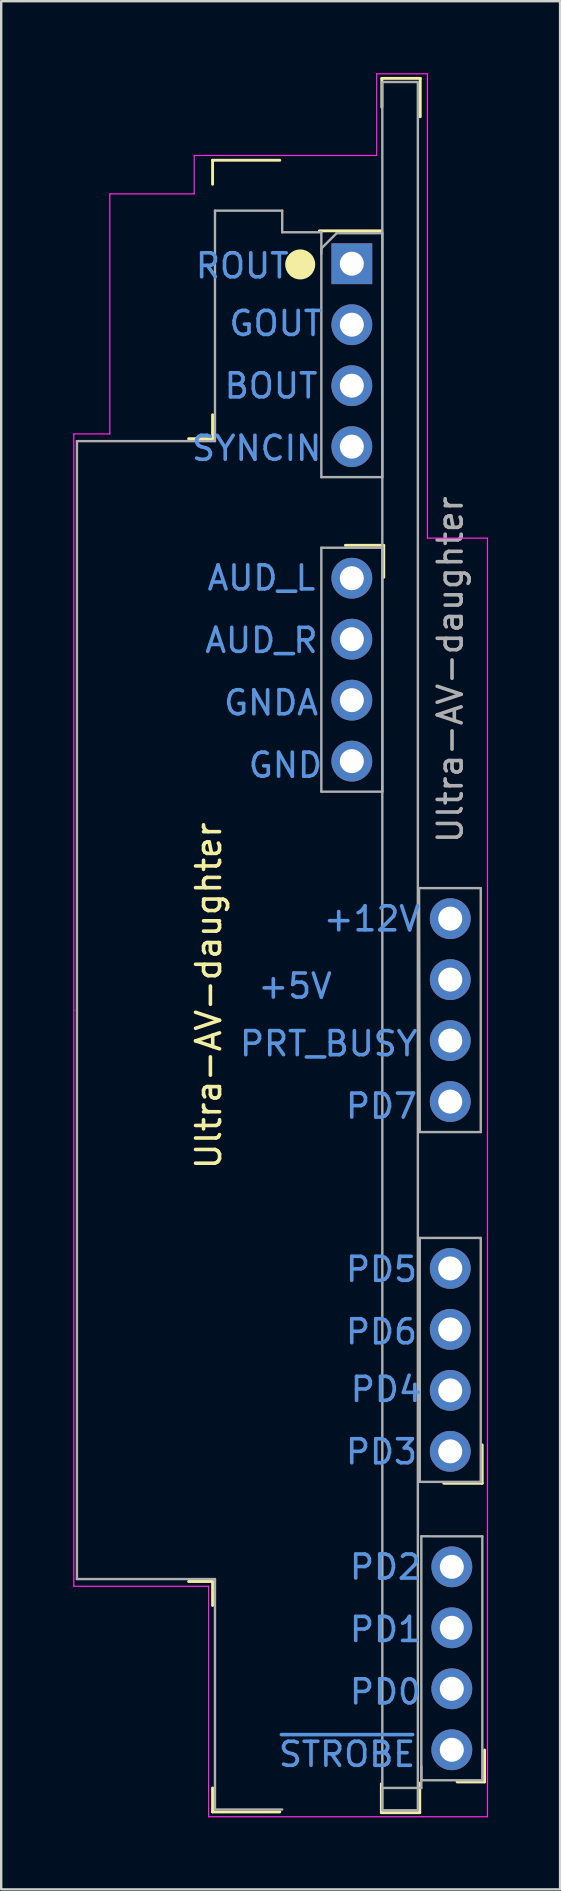
<source format=kicad_pcb>
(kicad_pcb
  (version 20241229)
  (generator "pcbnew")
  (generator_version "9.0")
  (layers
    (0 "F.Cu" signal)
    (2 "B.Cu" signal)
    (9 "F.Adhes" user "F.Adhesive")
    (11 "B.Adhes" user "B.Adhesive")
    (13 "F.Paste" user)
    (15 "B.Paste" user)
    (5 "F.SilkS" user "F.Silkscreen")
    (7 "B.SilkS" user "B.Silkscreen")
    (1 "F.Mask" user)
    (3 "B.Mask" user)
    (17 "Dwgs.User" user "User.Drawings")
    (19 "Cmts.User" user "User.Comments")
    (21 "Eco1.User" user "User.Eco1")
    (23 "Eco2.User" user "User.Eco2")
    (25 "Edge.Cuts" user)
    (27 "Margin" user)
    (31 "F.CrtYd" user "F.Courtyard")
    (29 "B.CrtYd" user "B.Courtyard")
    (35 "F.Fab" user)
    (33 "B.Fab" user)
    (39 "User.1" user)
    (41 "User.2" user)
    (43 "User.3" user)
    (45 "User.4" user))
  (footprint "Ultra-AV-daughter"
    (layer "F.Cu")
    (at 8.64 39.025)
    (property "Reference" "Ultra-AV-daughter" (at -3 -0.6 270) (layer "F.SilkS") (effects (font (size 1 1) (thickness 0.15))))
    (attr through_hole exclude_from_bom)
    (fp_line (start -3.835 -23.8) (end -2.835 -23.8) (stroke (width 0.12) (type solid)) (layer "F.SilkS"))
    (fp_line (start -3.835 23.8) (end -2.835 23.8) (stroke (width 0.12) (type solid)) (layer "F.SilkS"))
    (fp_line (start -2.835 -35.4) (end -2.835 -34.4) (stroke (width 0.12) (type solid)) (layer "F.SilkS"))
    (fp_line (start -2.835 -35.4) (end -0.035 -35.4) (stroke (width 0.12) (type solid)) (layer "F.SilkS"))
    (fp_line (start -2.835 -24.8) (end -2.835 -23.8) (stroke (width 0.12) (type solid)) (layer "F.SilkS"))
    (fp_line (start -2.835 24.8) (end -2.835 23.8) (stroke (width 0.12) (type solid)) (layer "F.SilkS"))
    (fp_line (start -2.835 33.4) (end -2.835 32.4) (stroke (width 0.12) (type solid)) (layer "F.SilkS"))
    (fp_line (start -2.835 33.4) (end -0.035 33.4) (stroke (width 0.12) (type solid)) (layer "F.SilkS"))
    (fp_line (start 2.695 -19.36) (end 4.295 -19.36) (stroke (width 0.12) (type solid)) (layer "F.SilkS"))
    (fp_line (start 4.195 32.23) (end 4.195 33.43) (stroke (width 0.12) (type solid)) (layer "F.SilkS"))
    (fp_line (start 4.195 33.43) (end 5.795 33.43) (stroke (width 0.12) (type solid)) (layer "F.SilkS"))
    (fp_line (start 4.215 -38.81) (end 5.815 -38.81) (stroke (width 0.12) (type solid)) (layer "F.SilkS"))
    (fp_line (start 4.215 -37.61) (end 4.215 -38.81) (stroke (width 0.12) (type solid)) (layer "F.SilkS"))
    (fp_line (start 4.215 -32.46) (end 1.615 -32.46) (stroke (width 0.12) (type solid)) (layer "F.SilkS"))
    (fp_line (start 4.295 -19.36) (end 4.295 -18.03) (stroke (width 0.12) (type solid)) (layer "F.SilkS"))
    (fp_line (start 5.795 32.2) (end 5.795 33.43) (stroke (width 0.12) (type solid)) (layer "F.SilkS"))
    (fp_line (start 5.815 -37.21) (end 5.815 -38.81) (stroke (width 0.12) (type solid)) (layer "F.SilkS"))
    (fp_line (start 6.795 19.71) (end 8.395 19.71) (stroke (width 0.12) (type solid)) (layer "F.SilkS"))
    (fp_line (start 7.35 32.15) (end 8.495 32.15) (stroke (width 0.12) (type solid)) (layer "F.SilkS"))
    (fp_line (start 8.395 18.11) (end 8.395 19.71) (stroke (width 0.12) (type solid)) (layer "F.SilkS"))
    (fp_line (start 8.495 32.15) (end 8.495 30.82) (stroke (width 0.12) (type solid)) (layer "F.SilkS"))
    (fp_circle (center 0.815 -31.06) (end 1.315 -31.06) (stroke (width 0.25) (type solid)) (fill yes) (layer "F.SilkS"))
    (fp_line (start -8.615 -24) (end -8.615 0) (stroke (width 0.05) (type solid)) (layer "F.CrtYd"))
    (fp_line (start -8.615 -24) (end -7.115 -24) (stroke (width 0.05) (type solid)) (layer "F.CrtYd"))
    (fp_line (start -8.615 24) (end -8.615 0) (stroke (width 0.05) (type solid)) (layer "F.CrtYd"))
    (fp_line (start -8.615 24) (end -3 24) (stroke (width 0.05) (type solid)) (layer "F.CrtYd"))
    (fp_line (start -7.115 -34) (end -7.115 -24) (stroke (width 0.05) (type solid)) (layer "F.CrtYd"))
    (fp_line (start -3.6 -35.6) (end -3.6 -34) (stroke (width 0.05) (type solid)) (layer "F.CrtYd"))
    (fp_line (start -3.6 -34) (end -7.115 -34) (stroke (width 0.05) (type solid)) (layer "F.CrtYd"))
    (fp_line (start -3 33.6) (end -3 24) (stroke (width 0.05) (type solid)) (layer "F.CrtYd"))
    (fp_line (start 4 -39) (end 4 -35.6) (stroke (width 0.05) (type solid)) (layer "F.CrtYd"))
    (fp_line (start 4 -35.6) (end -3.6 -35.6) (stroke (width 0.05) (type solid)) (layer "F.CrtYd"))
    (fp_line (start 5.915 33.6) (end -3 33.6) (stroke (width 0.05) (type solid)) (layer "F.CrtYd"))
    (fp_line (start 5.915 33.6) (end 8.615 33.6) (stroke (width 0.05) (type solid)) (layer "F.CrtYd"))
    (fp_line (start 6.115 -39) (end 4 -39) (stroke (width 0.05) (type solid)) (layer "F.CrtYd"))
    (fp_line (start 6.115 -39) (end 6.115 -34) (stroke (width 0.05) (type solid)) (layer "F.CrtYd"))
    (fp_line (start 6.115 -34) (end 6.115 -19.66) (stroke (width 0.05) (type solid)) (layer "F.CrtYd"))
    (fp_line (start 6.115 -19.66) (end 8.615 -19.66) (stroke (width 0.05) (type solid)) (layer "F.CrtYd"))
    (fp_line (start 8.615 20) (end 8.615 -19.66) (stroke (width 0.05) (type solid)) (layer "F.CrtYd"))
    (fp_line (start 8.615 33.6) (end 8.615 20) (stroke (width 0.05) (type solid)) (layer "F.CrtYd"))
    (fp_line (start -8.485 -23.7) (end -8.485 0) (stroke (width 0.1) (type solid)) (layer "F.Fab"))
    (fp_line (start -8.485 -23.7) (end -2.735 -23.7) (stroke (width 0.1) (type solid)) (layer "F.Fab"))
    (fp_line (start -8.485 23.7) (end -8.485 0) (stroke (width 0.1) (type solid)) (layer "F.Fab"))
    (fp_line (start -8.485 23.7) (end -2.735 23.7) (stroke (width 0.1) (type solid)) (layer "F.Fab"))
    (fp_line (start -2.735 -33.3) (end -2.735 -23.7) (stroke (width 0.1) (type solid)) (layer "F.Fab"))
    (fp_line (start -2.735 -33.3) (end 0.065 -33.3) (stroke (width 0.1) (type solid)) (layer "F.Fab"))
    (fp_line (start -2.735 33.3) (end -2.735 23.7) (stroke (width 0.1) (type solid)) (layer "F.Fab"))
    (fp_line (start -2.735 33.3) (end 0.065 33.3) (stroke (width 0.1) (type solid)) (layer "F.Fab"))
    (fp_line (start 0.065 -33.3) (end 0.065 -32.4) (stroke (width 0.1) (type solid)) (layer "F.Fab"))
    (fp_line (start 1.695 -32.4) (end 0.065 -32.4) (stroke (width 0.1) (type solid)) (layer "F.Fab"))
    (fp_line (start 1.695 -31.725) (end 2.33 -32.36) (stroke (width 0.1) (type solid)) (layer "F.Fab"))
    (fp_line (start 1.695 -31.5) (end 1.695 -32.4) (stroke (width 0.1) (type solid)) (layer "F.Fab"))
    (fp_line (start 1.695 -22.2) (end 1.695 -31.725) (stroke (width 0.1) (type solid)) (layer "F.Fab"))
    (fp_line (start 1.695 -19.26) (end 4.235 -19.26) (stroke (width 0.1) (type solid)) (layer "F.Fab"))
    (fp_line (start 1.695 -9.1) (end 1.695 -19.26) (stroke (width 0.1) (type solid)) (layer "F.Fab"))
    (fp_line (start 2.33 -32.36) (end 4.235 -32.36) (stroke (width 0.1) (type solid)) (layer "F.Fab"))
    (fp_line (start 4.23 33.3) (end 4.23 32.4) (stroke (width 0.1) (type solid)) (layer "F.Fab"))
    (fp_line (start 4.235 -32.36) (end 4.235 -22.2) (stroke (width 0.1) (type solid)) (layer "F.Fab"))
    (fp_line (start 4.235 -22.2) (end 1.695 -22.2) (stroke (width 0.1) (type solid)) (layer "F.Fab"))
    (fp_line (start 4.235 -19.26) (end 4.235 -9.1) (stroke (width 0.1) (type solid)) (layer "F.Fab"))
    (fp_line (start 4.235 -9.1) (end 1.695 -9.1) (stroke (width 0.1) (type solid)) (layer "F.Fab"))
    (fp_line (start 5.765 -5.082) (end 8.335 -5.08) (stroke (width 0.1) (type solid)) (layer "F.Fab"))
    (fp_line (start 5.795 5.08) (end 5.765 -5.082) (stroke (width 0.1) (type solid)) (layer "F.Fab"))
    (fp_line (start 5.795 9.49) (end 8.335 9.49) (stroke (width 0.1) (type solid)) (layer "F.Fab"))
    (fp_line (start 5.795 19.65) (end 5.795 9.49) (stroke (width 0.1) (type solid)) (layer "F.Fab"))
    (fp_line (start 5.86 21.918) (end 8.4 21.92) (stroke (width 0.1) (type solid)) (layer "F.Fab"))
    (fp_line (start 5.86 31.5) (end 5.86 32.4) (stroke (width 0.1) (type solid)) (layer "F.Fab"))
    (fp_line (start 5.86 32.08) (end 5.86 21.918) (stroke (width 0.1) (type solid)) (layer "F.Fab"))
    (fp_line (start 5.86 32.4) (end 4.23 32.4) (stroke (width 0.1) (type solid)) (layer "F.Fab"))
    (fp_line (start 8.335 -5.08) (end 8.335 5.08) (stroke (width 0.1) (type solid)) (layer "F.Fab"))
    (fp_line (start 8.335 5.08) (end 5.795 5.08) (stroke (width 0.1) (type solid)) (layer "F.Fab"))
    (fp_line (start 8.335 9.49) (end 8.335 19.65) (stroke (width 0.1) (type solid)) (layer "F.Fab"))
    (fp_line (start 8.335 19.65) (end 5.795 19.65) (stroke (width 0.1) (type solid)) (layer "F.Fab"))
    (fp_line (start 8.4 21.92) (end 8.4 32.08) (stroke (width 0.1) (type solid)) (layer "F.Fab"))
    (fp_line (start 8.4 32.08) (end 5.86 32.08) (stroke (width 0.1) (type solid)) (layer "F.Fab"))
    (fp_rect (start 4.235 -38.66) (end 5.715 33.33) (stroke (width 0.1) (type solid)) (fill no) (layer "F.Fab"))
    (fp_text user "GND" (at 0.2 -10.2 0) (unlocked yes) (layer "Cmts.User") (effects (font (size 1 1) (thickness 0.15))))
    (fp_text user "PD1" (at 4.365 25.8 0) (unlocked yes) (layer "Cmts.User") (effects (font (size 1 1) (thickness 0.15))))
    (fp_text user "PD7" (at 4.2 4 0) (unlocked yes) (layer "Cmts.User") (effects (font (size 1 1) (thickness 0.15))))
    (fp_text user "+5V" (at 0.6 -1 0) (unlocked yes) (layer "Cmts.User") (effects (font (size 1 1) (thickness 0.15))))
    (fp_text user "AUD_L" (at -0.8 -18 0) (unlocked yes) (layer "Cmts.User") (effects (font (size 1 1) (thickness 0.15))))
    (fp_text user "PRT_BUSY" (at 2 1.4 0) (unlocked yes) (layer "Cmts.User") (effects (font (size 1 1) (thickness 0.15))))
    (fp_text user "ROUT" (at -1.6 -31 0) (unlocked yes) (layer "Cmts.User") (effects (font (size 1 1) (thickness 0.15))))
    (fp_text user "AUD_R" (at -0.8 -15.4 0) (unlocked yes) (layer "Cmts.User") (effects (font (size 1 1) (thickness 0.15))))
    (fp_text user "GOUT" (at -0.2 -28.6 0) (unlocked yes) (layer "Cmts.User") (effects (font (size 1 1) (thickness 0.15))))
    (fp_text user "PD5" (at 4.2 10.8 0) (unlocked yes) (layer "Cmts.User") (effects (font (size 1 1) (thickness 0.15))))
    (fp_text user "GNDA" (at -0.4 -12.8 0) (unlocked yes) (layer "Cmts.User") (effects (font (size 1 1) (thickness 0.15))))
    (fp_text user "PD0" (at 4.365 28.4 0) (unlocked yes) (layer "Cmts.User") (effects (font (size 1 1) (thickness 0.15))))
    (fp_text user "PD2" (at 4.365 23.2 0) (unlocked yes) (layer "Cmts.User") (effects (font (size 1 1) (thickness 0.15))))
    (fp_text user "BOUT" (at -0.4 -26 0) (unlocked yes) (layer "Cmts.User") (effects (font (size 1 1) (thickness 0.15))))
    (fp_text user "+12V" (at 3.8 -3.8 0) (unlocked yes) (layer "Cmts.User") (effects (font (size 1 1) (thickness 0.15))))
    (fp_text user "PD4" (at 4.4 15.8 0) (unlocked yes) (layer "Cmts.User") (effects (font (size 1 1) (thickness 0.15))))
    (fp_text user "~{STROBE}" (at 2.765 31 0) (unlocked yes) (layer "Cmts.User") (effects (font (size 1 1) (thickness 0.15))))
    (fp_text user "PD6" (at 4.2 13.4 0) (unlocked yes) (layer "Cmts.User") (effects (font (size 1 1) (thickness 0.15))))
    (fp_text user "PD3" (at 4.2 18.4 0) (unlocked yes) (layer "Cmts.User") (effects (font (size 1 1) (thickness 0.15))))
    (fp_text user "SYNCIN" (at -1 -23.4 0) (unlocked yes) (layer "Cmts.User") (effects (font (size 1 1) (thickness 0.15))))
    (fp_text user "${REFERENCE}" (at 7.065 -14.18 90) (layer "F.Fab") (effects (font (size 1 1) (thickness 0.15))))
    (pad "1" thru_hole rect (at 2.965 -31.09) (size 1.7 1.7) (drill 1) (layers "*.Cu" "*.Mask"))
    (pad "2" thru_hole oval (at 2.965 -28.55) (size 1.7 1.7) (drill 1) (layers "*.Cu" "*.Mask"))
    (pad "3" thru_hole oval (at 2.965 -26.01) (size 1.7 1.7) (drill 1) (layers "*.Cu" "*.Mask"))
    (pad "4" thru_hole oval (at 2.965 -23.47) (size 1.7 1.7) (drill 1) (layers "*.Cu" "*.Mask"))
    (pad "5" thru_hole circle (at 2.965 -17.99) (size 1.7 1.7) (drill 1) (layers "*.Cu" "*.Mask"))
    (pad "6" thru_hole oval (at 2.965 -15.45) (size 1.7 1.7) (drill 1) (layers "*.Cu" "*.Mask"))
    (pad "7" thru_hole oval (at 2.965 -12.91) (size 1.7 1.7) (drill 1) (layers "*.Cu" "*.Mask"))
    (pad "8" thru_hole oval (at 2.965 -10.37) (size 1.7 1.7) (drill 1) (layers "*.Cu" "*.Mask"))
    (pad "9" thru_hole circle (at 7.065 -3.81) (size 1.7 1.7) (drill 1) (layers "*.Cu" "*.Mask"))
    (pad "10" thru_hole oval (at 7.065 -1.27) (size 1.7 1.7) (drill 1) (layers "*.Cu" "*.Mask"))
    (pad "11" thru_hole oval (at 7.065 1.27) (size 1.7 1.7) (drill 1) (layers "*.Cu" "*.Mask"))
    (pad "12" thru_hole oval (at 7.065 3.81) (size 1.7 1.7) (drill 1) (layers "*.Cu" "*.Mask"))
    (pad "13" thru_hole circle (at 7.065 10.76) (size 1.7 1.7) (drill 1) (layers "*.Cu" "*.Mask"))
    (pad "14" thru_hole oval (at 7.065 13.3) (size 1.7 1.7) (drill 1) (layers "*.Cu" "*.Mask"))
    (pad "15" thru_hole oval (at 7.065 15.84) (size 1.7 1.7) (drill 1) (layers "*.Cu" "*.Mask"))
    (pad "16" thru_hole oval (at 7.065 18.38) (size 1.7 1.7) (drill 1) (layers "*.Cu" "*.Mask"))
    (pad "17" thru_hole circle (at 7.13 23.19) (size 1.7 1.7) (drill 1) (layers "*.Cu" "*.Mask"))
    (pad "18" thru_hole oval (at 7.13 25.73) (size 1.7 1.7) (drill 1) (layers "*.Cu" "*.Mask"))
    (pad "19" thru_hole oval (at 7.13 28.27) (size 1.7 1.7) (drill 1) (layers "*.Cu" "*.Mask"))
    (pad "20" thru_hole oval (at 7.13 30.81) (size 1.7 1.7) (drill 1) (layers "*.Cu" "*.Mask")))
  (gr_rect
    (start -3 -3)
    (end 20.28 75.65)
    (stroke (width 0.1) (type default))
    (fill no)
    (layer "Edge.Cuts")))
</source>
